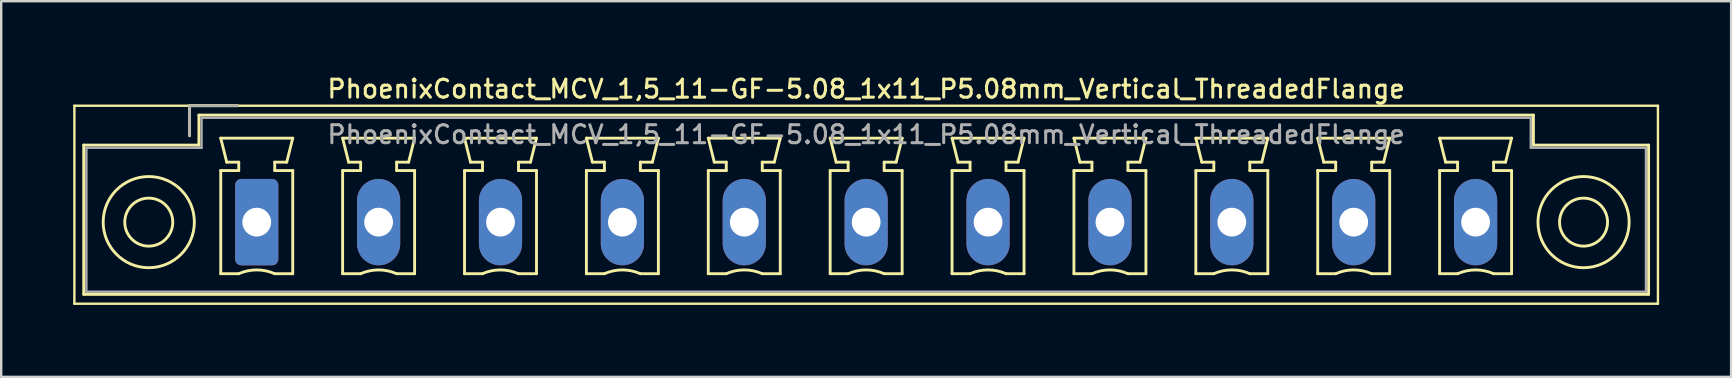
<source format=kicad_pcb>
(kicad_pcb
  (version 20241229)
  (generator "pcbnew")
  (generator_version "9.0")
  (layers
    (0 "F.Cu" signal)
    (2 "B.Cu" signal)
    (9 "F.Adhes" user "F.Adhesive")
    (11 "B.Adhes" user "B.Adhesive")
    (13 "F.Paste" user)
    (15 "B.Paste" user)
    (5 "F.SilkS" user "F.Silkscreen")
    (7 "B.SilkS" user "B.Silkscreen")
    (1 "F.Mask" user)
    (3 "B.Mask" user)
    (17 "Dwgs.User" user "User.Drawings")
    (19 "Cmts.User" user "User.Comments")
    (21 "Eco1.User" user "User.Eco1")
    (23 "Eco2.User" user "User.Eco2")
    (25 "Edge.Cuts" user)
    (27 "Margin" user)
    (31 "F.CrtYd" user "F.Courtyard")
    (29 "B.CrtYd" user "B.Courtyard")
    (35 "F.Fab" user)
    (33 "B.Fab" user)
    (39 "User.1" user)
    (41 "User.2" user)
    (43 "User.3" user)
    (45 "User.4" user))
  (footprint "PhoenixContact_MCV_1,5_11-GF-5.08_1x11_P5.08mm_Vertical_ThreadedFlange"
    (layer "F.Cu")
    (at 7.65 6.208)
    (property "Reference" "PhoenixContact_MCV_1,5_11-GF-5.08_1x11_P5.08mm_Vertical_ThreadedFlange" (at 25.4 -5.55 0) (layer "F.SilkS") (effects (font (size 0.75 0.75) (thickness 0.125))))
    (attr through_hole)
    (fp_line (start -7.6 -4.85) (end -7.6 3.4) (stroke (width 0.1) (type solid)) (layer "F.SilkS"))
    (fp_line (start -7.6 3.4) (end 58.4 3.4) (stroke (width 0.1) (type solid)) (layer "F.SilkS"))
    (fp_line (start -7.21 -3.21) (end -7.21 3.01) (stroke (width 0.12) (type solid)) (layer "F.SilkS"))
    (fp_line (start -7.21 3.01) (end 58.01 3.01) (stroke (width 0.12) (type solid)) (layer "F.SilkS"))
    (fp_line (start -2.8 -4.85) (end -0.8 -4.85) (stroke (width 0.12) (type solid)) (layer "F.SilkS"))
    (fp_line (start -2.8 -3.6) (end -2.8 -4.85) (stroke (width 0.12) (type solid)) (layer "F.SilkS"))
    (fp_line (start -2.41 -4.46) (end -2.41 -3.21) (stroke (width 0.12) (type solid)) (layer "F.SilkS"))
    (fp_line (start -2.41 -3.21) (end -7.21 -3.21) (stroke (width 0.12) (type solid)) (layer "F.SilkS"))
    (fp_line (start -1.5 -3.5) (end 1.5 -3.5) (stroke (width 0.12) (type solid)) (layer "F.SilkS"))
    (fp_line (start -1.5 -2.15) (end -0.75 -2.15) (stroke (width 0.12) (type solid)) (layer "F.SilkS"))
    (fp_line (start -1.5 2.15) (end -1.5 -2.15) (stroke (width 0.12) (type solid)) (layer "F.SilkS"))
    (fp_line (start -1.25 -2.5) (end -1.5 -3.5) (stroke (width 0.12) (type solid)) (layer "F.SilkS"))
    (fp_line (start -0.75 -2.5) (end -1.25 -2.5) (stroke (width 0.12) (type solid)) (layer "F.SilkS"))
    (fp_line (start -0.75 -2.15) (end -0.75 -2.5) (stroke (width 0.12) (type solid)) (layer "F.SilkS"))
    (fp_line (start -0.75 2.15) (end -1.5 2.15) (stroke (width 0.12) (type solid)) (layer "F.SilkS"))
    (fp_line (start 0.75 -2.5) (end 0.75 -2.15) (stroke (width 0.12) (type solid)) (layer "F.SilkS"))
    (fp_line (start 0.75 -2.15) (end 1.5 -2.15) (stroke (width 0.12) (type solid)) (layer "F.SilkS"))
    (fp_line (start 1.25 -2.5) (end 0.75 -2.5) (stroke (width 0.12) (type solid)) (layer "F.SilkS"))
    (fp_line (start 1.5 -3.5) (end 1.25 -2.5) (stroke (width 0.12) (type solid)) (layer "F.SilkS"))
    (fp_line (start 1.5 -2.15) (end 1.5 2.15) (stroke (width 0.12) (type solid)) (layer "F.SilkS"))
    (fp_line (start 1.5 2.15) (end 0.75 2.15) (stroke (width 0.12) (type solid)) (layer "F.SilkS"))
    (fp_line (start 3.58 -3.5) (end 6.58 -3.5) (stroke (width 0.12) (type solid)) (layer "F.SilkS"))
    (fp_line (start 3.58 -2.15) (end 4.33 -2.15) (stroke (width 0.12) (type solid)) (layer "F.SilkS"))
    (fp_line (start 3.58 2.15) (end 3.58 -2.15) (stroke (width 0.12) (type solid)) (layer "F.SilkS"))
    (fp_line (start 3.83 -2.5) (end 3.58 -3.5) (stroke (width 0.12) (type solid)) (layer "F.SilkS"))
    (fp_line (start 4.33 -2.5) (end 3.83 -2.5) (stroke (width 0.12) (type solid)) (layer "F.SilkS"))
    (fp_line (start 4.33 -2.15) (end 4.33 -2.5) (stroke (width 0.12) (type solid)) (layer "F.SilkS"))
    (fp_line (start 4.33 2.15) (end 3.58 2.15) (stroke (width 0.12) (type solid)) (layer "F.SilkS"))
    (fp_line (start 5.83 -2.5) (end 5.83 -2.15) (stroke (width 0.12) (type solid)) (layer "F.SilkS"))
    (fp_line (start 5.83 -2.15) (end 6.58 -2.15) (stroke (width 0.12) (type solid)) (layer "F.SilkS"))
    (fp_line (start 6.33 -2.5) (end 5.83 -2.5) (stroke (width 0.12) (type solid)) (layer "F.SilkS"))
    (fp_line (start 6.58 -3.5) (end 6.33 -2.5) (stroke (width 0.12) (type solid)) (layer "F.SilkS"))
    (fp_line (start 6.58 -2.15) (end 6.58 2.15) (stroke (width 0.12) (type solid)) (layer "F.SilkS"))
    (fp_line (start 6.58 2.15) (end 5.83 2.15) (stroke (width 0.12) (type solid)) (layer "F.SilkS"))
    (fp_line (start 8.66 -3.5) (end 11.66 -3.5) (stroke (width 0.12) (type solid)) (layer "F.SilkS"))
    (fp_line (start 8.66 -2.15) (end 9.41 -2.15) (stroke (width 0.12) (type solid)) (layer "F.SilkS"))
    (fp_line (start 8.66 2.15) (end 8.66 -2.15) (stroke (width 0.12) (type solid)) (layer "F.SilkS"))
    (fp_line (start 8.91 -2.5) (end 8.66 -3.5) (stroke (width 0.12) (type solid)) (layer "F.SilkS"))
    (fp_line (start 9.41 -2.5) (end 8.91 -2.5) (stroke (width 0.12) (type solid)) (layer "F.SilkS"))
    (fp_line (start 9.41 -2.15) (end 9.41 -2.5) (stroke (width 0.12) (type solid)) (layer "F.SilkS"))
    (fp_line (start 9.41 2.15) (end 8.66 2.15) (stroke (width 0.12) (type solid)) (layer "F.SilkS"))
    (fp_line (start 10.91 -2.5) (end 10.91 -2.15) (stroke (width 0.12) (type solid)) (layer "F.SilkS"))
    (fp_line (start 10.91 -2.15) (end 11.66 -2.15) (stroke (width 0.12) (type solid)) (layer "F.SilkS"))
    (fp_line (start 11.41 -2.5) (end 10.91 -2.5) (stroke (width 0.12) (type solid)) (layer "F.SilkS"))
    (fp_line (start 11.66 -3.5) (end 11.41 -2.5) (stroke (width 0.12) (type solid)) (layer "F.SilkS"))
    (fp_line (start 11.66 -2.15) (end 11.66 2.15) (stroke (width 0.12) (type solid)) (layer "F.SilkS"))
    (fp_line (start 11.66 2.15) (end 10.91 2.15) (stroke (width 0.12) (type solid)) (layer "F.SilkS"))
    (fp_line (start 13.74 -3.5) (end 16.74 -3.5) (stroke (width 0.12) (type solid)) (layer "F.SilkS"))
    (fp_line (start 13.74 -2.15) (end 14.49 -2.15) (stroke (width 0.12) (type solid)) (layer "F.SilkS"))
    (fp_line (start 13.74 2.15) (end 13.74 -2.15) (stroke (width 0.12) (type solid)) (layer "F.SilkS"))
    (fp_line (start 13.99 -2.5) (end 13.74 -3.5) (stroke (width 0.12) (type solid)) (layer "F.SilkS"))
    (fp_line (start 14.49 -2.5) (end 13.99 -2.5) (stroke (width 0.12) (type solid)) (layer "F.SilkS"))
    (fp_line (start 14.49 -2.15) (end 14.49 -2.5) (stroke (width 0.12) (type solid)) (layer "F.SilkS"))
    (fp_line (start 14.49 2.15) (end 13.74 2.15) (stroke (width 0.12) (type solid)) (layer "F.SilkS"))
    (fp_line (start 15.99 -2.5) (end 15.99 -2.15) (stroke (width 0.12) (type solid)) (layer "F.SilkS"))
    (fp_line (start 15.99 -2.15) (end 16.74 -2.15) (stroke (width 0.12) (type solid)) (layer "F.SilkS"))
    (fp_line (start 16.49 -2.5) (end 15.99 -2.5) (stroke (width 0.12) (type solid)) (layer "F.SilkS"))
    (fp_line (start 16.74 -3.5) (end 16.49 -2.5) (stroke (width 0.12) (type solid)) (layer "F.SilkS"))
    (fp_line (start 16.74 -2.15) (end 16.74 2.15) (stroke (width 0.12) (type solid)) (layer "F.SilkS"))
    (fp_line (start 16.74 2.15) (end 15.99 2.15) (stroke (width 0.12) (type solid)) (layer "F.SilkS"))
    (fp_line (start 18.82 -3.5) (end 21.82 -3.5) (stroke (width 0.12) (type solid)) (layer "F.SilkS"))
    (fp_line (start 18.82 -2.15) (end 19.57 -2.15) (stroke (width 0.12) (type solid)) (layer "F.SilkS"))
    (fp_line (start 18.82 2.15) (end 18.82 -2.15) (stroke (width 0.12) (type solid)) (layer "F.SilkS"))
    (fp_line (start 19.07 -2.5) (end 18.82 -3.5) (stroke (width 0.12) (type solid)) (layer "F.SilkS"))
    (fp_line (start 19.57 -2.5) (end 19.07 -2.5) (stroke (width 0.12) (type solid)) (layer "F.SilkS"))
    (fp_line (start 19.57 -2.15) (end 19.57 -2.5) (stroke (width 0.12) (type solid)) (layer "F.SilkS"))
    (fp_line (start 19.57 2.15) (end 18.82 2.15) (stroke (width 0.12) (type solid)) (layer "F.SilkS"))
    (fp_line (start 21.07 -2.5) (end 21.07 -2.15) (stroke (width 0.12) (type solid)) (layer "F.SilkS"))
    (fp_line (start 21.07 -2.15) (end 21.82 -2.15) (stroke (width 0.12) (type solid)) (layer "F.SilkS"))
    (fp_line (start 21.57 -2.5) (end 21.07 -2.5) (stroke (width 0.12) (type solid)) (layer "F.SilkS"))
    (fp_line (start 21.82 -3.5) (end 21.57 -2.5) (stroke (width 0.12) (type solid)) (layer "F.SilkS"))
    (fp_line (start 21.82 -2.15) (end 21.82 2.15) (stroke (width 0.12) (type solid)) (layer "F.SilkS"))
    (fp_line (start 21.82 2.15) (end 21.07 2.15) (stroke (width 0.12) (type solid)) (layer "F.SilkS"))
    (fp_line (start 23.9 -3.5) (end 26.9 -3.5) (stroke (width 0.12) (type solid)) (layer "F.SilkS"))
    (fp_line (start 23.9 -2.15) (end 24.65 -2.15) (stroke (width 0.12) (type solid)) (layer "F.SilkS"))
    (fp_line (start 23.9 2.15) (end 23.9 -2.15) (stroke (width 0.12) (type solid)) (layer "F.SilkS"))
    (fp_line (start 24.15 -2.5) (end 23.9 -3.5) (stroke (width 0.12) (type solid)) (layer "F.SilkS"))
    (fp_line (start 24.65 -2.5) (end 24.15 -2.5) (stroke (width 0.12) (type solid)) (layer "F.SilkS"))
    (fp_line (start 24.65 -2.15) (end 24.65 -2.5) (stroke (width 0.12) (type solid)) (layer "F.SilkS"))
    (fp_line (start 24.65 2.15) (end 23.9 2.15) (stroke (width 0.12) (type solid)) (layer "F.SilkS"))
    (fp_line (start 26.15 -2.5) (end 26.15 -2.15) (stroke (width 0.12) (type solid)) (layer "F.SilkS"))
    (fp_line (start 26.15 -2.15) (end 26.9 -2.15) (stroke (width 0.12) (type solid)) (layer "F.SilkS"))
    (fp_line (start 26.65 -2.5) (end 26.15 -2.5) (stroke (width 0.12) (type solid)) (layer "F.SilkS"))
    (fp_line (start 26.9 -3.5) (end 26.65 -2.5) (stroke (width 0.12) (type solid)) (layer "F.SilkS"))
    (fp_line (start 26.9 -2.15) (end 26.9 2.15) (stroke (width 0.12) (type solid)) (layer "F.SilkS"))
    (fp_line (start 26.9 2.15) (end 26.15 2.15) (stroke (width 0.12) (type solid)) (layer "F.SilkS"))
    (fp_line (start 28.98 -3.5) (end 31.98 -3.5) (stroke (width 0.12) (type solid)) (layer "F.SilkS"))
    (fp_line (start 28.98 -2.15) (end 29.73 -2.15) (stroke (width 0.12) (type solid)) (layer "F.SilkS"))
    (fp_line (start 28.98 2.15) (end 28.98 -2.15) (stroke (width 0.12) (type solid)) (layer "F.SilkS"))
    (fp_line (start 29.23 -2.5) (end 28.98 -3.5) (stroke (width 0.12) (type solid)) (layer "F.SilkS"))
    (fp_line (start 29.73 -2.5) (end 29.23 -2.5) (stroke (width 0.12) (type solid)) (layer "F.SilkS"))
    (fp_line (start 29.73 -2.15) (end 29.73 -2.5) (stroke (width 0.12) (type solid)) (layer "F.SilkS"))
    (fp_line (start 29.73 2.15) (end 28.98 2.15) (stroke (width 0.12) (type solid)) (layer "F.SilkS"))
    (fp_line (start 31.23 -2.5) (end 31.23 -2.15) (stroke (width 0.12) (type solid)) (layer "F.SilkS"))
    (fp_line (start 31.23 -2.15) (end 31.98 -2.15) (stroke (width 0.12) (type solid)) (layer "F.SilkS"))
    (fp_line (start 31.73 -2.5) (end 31.23 -2.5) (stroke (width 0.12) (type solid)) (layer "F.SilkS"))
    (fp_line (start 31.98 -3.5) (end 31.73 -2.5) (stroke (width 0.12) (type solid)) (layer "F.SilkS"))
    (fp_line (start 31.98 -2.15) (end 31.98 2.15) (stroke (width 0.12) (type solid)) (layer "F.SilkS"))
    (fp_line (start 31.98 2.15) (end 31.23 2.15) (stroke (width 0.12) (type solid)) (layer "F.SilkS"))
    (fp_line (start 34.06 -3.5) (end 37.06 -3.5) (stroke (width 0.12) (type solid)) (layer "F.SilkS"))
    (fp_line (start 34.06 -2.15) (end 34.81 -2.15) (stroke (width 0.12) (type solid)) (layer "F.SilkS"))
    (fp_line (start 34.06 2.15) (end 34.06 -2.15) (stroke (width 0.12) (type solid)) (layer "F.SilkS"))
    (fp_line (start 34.31 -2.5) (end 34.06 -3.5) (stroke (width 0.12) (type solid)) (layer "F.SilkS"))
    (fp_line (start 34.81 -2.5) (end 34.31 -2.5) (stroke (width 0.12) (type solid)) (layer "F.SilkS"))
    (fp_line (start 34.81 -2.15) (end 34.81 -2.5) (stroke (width 0.12) (type solid)) (layer "F.SilkS"))
    (fp_line (start 34.81 2.15) (end 34.06 2.15) (stroke (width 0.12) (type solid)) (layer "F.SilkS"))
    (fp_line (start 36.31 -2.5) (end 36.31 -2.15) (stroke (width 0.12) (type solid)) (layer "F.SilkS"))
    (fp_line (start 36.31 -2.15) (end 37.06 -2.15) (stroke (width 0.12) (type solid)) (layer "F.SilkS"))
    (fp_line (start 36.81 -2.5) (end 36.31 -2.5) (stroke (width 0.12) (type solid)) (layer "F.SilkS"))
    (fp_line (start 37.06 -3.5) (end 36.81 -2.5) (stroke (width 0.12) (type solid)) (layer "F.SilkS"))
    (fp_line (start 37.06 -2.15) (end 37.06 2.15) (stroke (width 0.12) (type solid)) (layer "F.SilkS"))
    (fp_line (start 37.06 2.15) (end 36.31 2.15) (stroke (width 0.12) (type solid)) (layer "F.SilkS"))
    (fp_line (start 39.14 -3.5) (end 42.14 -3.5) (stroke (width 0.12) (type solid)) (layer "F.SilkS"))
    (fp_line (start 39.14 -2.15) (end 39.89 -2.15) (stroke (width 0.12) (type solid)) (layer "F.SilkS"))
    (fp_line (start 39.14 2.15) (end 39.14 -2.15) (stroke (width 0.12) (type solid)) (layer "F.SilkS"))
    (fp_line (start 39.39 -2.5) (end 39.14 -3.5) (stroke (width 0.12) (type solid)) (layer "F.SilkS"))
    (fp_line (start 39.89 -2.5) (end 39.39 -2.5) (stroke (width 0.12) (type solid)) (layer "F.SilkS"))
    (fp_line (start 39.89 -2.15) (end 39.89 -2.5) (stroke (width 0.12) (type solid)) (layer "F.SilkS"))
    (fp_line (start 39.89 2.15) (end 39.14 2.15) (stroke (width 0.12) (type solid)) (layer "F.SilkS"))
    (fp_line (start 41.39 -2.5) (end 41.39 -2.15) (stroke (width 0.12) (type solid)) (layer "F.SilkS"))
    (fp_line (start 41.39 -2.15) (end 42.14 -2.15) (stroke (width 0.12) (type solid)) (layer "F.SilkS"))
    (fp_line (start 41.89 -2.5) (end 41.39 -2.5) (stroke (width 0.12) (type solid)) (layer "F.SilkS"))
    (fp_line (start 42.14 -3.5) (end 41.89 -2.5) (stroke (width 0.12) (type solid)) (layer "F.SilkS"))
    (fp_line (start 42.14 -2.15) (end 42.14 2.15) (stroke (width 0.12) (type solid)) (layer "F.SilkS"))
    (fp_line (start 42.14 2.15) (end 41.39 2.15) (stroke (width 0.12) (type solid)) (layer "F.SilkS"))
    (fp_line (start 44.22 -3.5) (end 47.22 -3.5) (stroke (width 0.12) (type solid)) (layer "F.SilkS"))
    (fp_line (start 44.22 -2.15) (end 44.97 -2.15) (stroke (width 0.12) (type solid)) (layer "F.SilkS"))
    (fp_line (start 44.22 2.15) (end 44.22 -2.15) (stroke (width 0.12) (type solid)) (layer "F.SilkS"))
    (fp_line (start 44.47 -2.5) (end 44.22 -3.5) (stroke (width 0.12) (type solid)) (layer "F.SilkS"))
    (fp_line (start 44.97 -2.5) (end 44.47 -2.5) (stroke (width 0.12) (type solid)) (layer "F.SilkS"))
    (fp_line (start 44.97 -2.15) (end 44.97 -2.5) (stroke (width 0.12) (type solid)) (layer "F.SilkS"))
    (fp_line (start 44.97 2.15) (end 44.22 2.15) (stroke (width 0.12) (type solid)) (layer "F.SilkS"))
    (fp_line (start 46.47 -2.5) (end 46.47 -2.15) (stroke (width 0.12) (type solid)) (layer "F.SilkS"))
    (fp_line (start 46.47 -2.15) (end 47.22 -2.15) (stroke (width 0.12) (type solid)) (layer "F.SilkS"))
    (fp_line (start 46.97 -2.5) (end 46.47 -2.5) (stroke (width 0.12) (type solid)) (layer "F.SilkS"))
    (fp_line (start 47.22 -3.5) (end 46.97 -2.5) (stroke (width 0.12) (type solid)) (layer "F.SilkS"))
    (fp_line (start 47.22 -2.15) (end 47.22 2.15) (stroke (width 0.12) (type solid)) (layer "F.SilkS"))
    (fp_line (start 47.22 2.15) (end 46.47 2.15) (stroke (width 0.12) (type solid)) (layer "F.SilkS"))
    (fp_line (start 49.3 -3.5) (end 52.3 -3.5) (stroke (width 0.12) (type solid)) (layer "F.SilkS"))
    (fp_line (start 49.3 -2.15) (end 50.05 -2.15) (stroke (width 0.12) (type solid)) (layer "F.SilkS"))
    (fp_line (start 49.3 2.15) (end 49.3 -2.15) (stroke (width 0.12) (type solid)) (layer "F.SilkS"))
    (fp_line (start 49.55 -2.5) (end 49.3 -3.5) (stroke (width 0.12) (type solid)) (layer "F.SilkS"))
    (fp_line (start 50.05 -2.5) (end 49.55 -2.5) (stroke (width 0.12) (type solid)) (layer "F.SilkS"))
    (fp_line (start 50.05 -2.15) (end 50.05 -2.5) (stroke (width 0.12) (type solid)) (layer "F.SilkS"))
    (fp_line (start 50.05 2.15) (end 49.3 2.15) (stroke (width 0.12) (type solid)) (layer "F.SilkS"))
    (fp_line (start 51.55 -2.5) (end 51.55 -2.15) (stroke (width 0.12) (type solid)) (layer "F.SilkS"))
    (fp_line (start 51.55 -2.15) (end 52.3 -2.15) (stroke (width 0.12) (type solid)) (layer "F.SilkS"))
    (fp_line (start 52.05 -2.5) (end 51.55 -2.5) (stroke (width 0.12) (type solid)) (layer "F.SilkS"))
    (fp_line (start 52.3 -3.5) (end 52.05 -2.5) (stroke (width 0.12) (type solid)) (layer "F.SilkS"))
    (fp_line (start 52.3 -2.15) (end 52.3 2.15) (stroke (width 0.12) (type solid)) (layer "F.SilkS"))
    (fp_line (start 52.3 2.15) (end 51.55 2.15) (stroke (width 0.12) (type solid)) (layer "F.SilkS"))
    (fp_line (start 53.21 -4.46) (end -2.41 -4.46) (stroke (width 0.12) (type solid)) (layer "F.SilkS"))
    (fp_line (start 53.21 -3.21) (end 53.21 -4.46) (stroke (width 0.12) (type solid)) (layer "F.SilkS"))
    (fp_line (start 58.01 -3.21) (end 53.21 -3.21) (stroke (width 0.12) (type solid)) (layer "F.SilkS"))
    (fp_line (start 58.01 3.01) (end 58.01 -3.21) (stroke (width 0.12) (type solid)) (layer "F.SilkS"))
    (fp_line (start 58.4 -4.85) (end -7.6 -4.85) (stroke (width 0.1) (type solid)) (layer "F.SilkS"))
    (fp_line (start 58.4 3.4) (end 58.4 -4.85) (stroke (width 0.1) (type solid)) (layer "F.SilkS"))
    (fp_arc (start -0.75 2.15) (mid -0.000193 1.99191) (end 0.749647 2.149844) (stroke (width 0.12) (type solid)) (layer "F.SilkS"))
    (fp_arc (start 4.33 2.15) (mid 5.079807 1.99191) (end 5.829647 2.149844) (stroke (width 0.12) (type solid)) (layer "F.SilkS"))
    (fp_arc (start 9.41 2.15) (mid 10.159807 1.99191) (end 10.909647 2.149844) (stroke (width 0.12) (type solid)) (layer "F.SilkS"))
    (fp_arc (start 14.49 2.15) (mid 15.239807 1.99191) (end 15.989647 2.149844) (stroke (width 0.12) (type solid)) (layer "F.SilkS"))
    (fp_arc (start 19.57 2.15) (mid 20.319807 1.99191) (end 21.069647 2.149844) (stroke (width 0.12) (type solid)) (layer "F.SilkS"))
    (fp_arc (start 24.65 2.15) (mid 25.399807 1.99191) (end 26.149647 2.149844) (stroke (width 0.12) (type solid)) (layer "F.SilkS"))
    (fp_arc (start 29.73 2.15) (mid 30.479807 1.99191) (end 31.229647 2.149844) (stroke (width 0.12) (type solid)) (layer "F.SilkS"))
    (fp_arc (start 34.81 2.15) (mid 35.559807 1.99191) (end 36.309647 2.149844) (stroke (width 0.12) (type solid)) (layer "F.SilkS"))
    (fp_arc (start 39.89 2.15) (mid 40.639807 1.99191) (end 41.389647 2.149844) (stroke (width 0.12) (type solid)) (layer "F.SilkS"))
    (fp_arc (start 44.97 2.15) (mid 45.719807 1.99191) (end 46.469647 2.149844) (stroke (width 0.12) (type solid)) (layer "F.SilkS"))
    (fp_arc (start 50.05 2.15) (mid 50.799807 1.99191) (end 51.549647 2.149844) (stroke (width 0.12) (type solid)) (layer "F.SilkS"))
    (fp_circle (center -4.5 0) (end -3.5 0) (stroke (width 0.12) (type solid)) (fill no) (layer "F.SilkS"))
    (fp_circle (center -4.5 0) (end -2.6 0) (stroke (width 0.12) (type solid)) (fill no) (layer "F.SilkS"))
    (fp_circle (center 55.3 0) (end 56.3 0) (stroke (width 0.12) (type solid)) (fill no) (layer "F.SilkS"))
    (fp_circle (center 55.3 0) (end 57.2 0) (stroke (width 0.12) (type solid)) (fill no) (layer "F.SilkS"))
    (fp_line (start -7.1 -3.1) (end -7.1 2.9) (stroke (width 0.1) (type solid)) (layer "F.Fab"))
    (fp_line (start -7.1 2.9) (end 57.9 2.9) (stroke (width 0.1) (type solid)) (layer "F.Fab"))
    (fp_line (start -2.8 -4.85) (end -0.8 -4.85) (stroke (width 0.1) (type solid)) (layer "F.Fab"))
    (fp_line (start -2.8 -3.6) (end -2.8 -4.85) (stroke (width 0.1) (type solid)) (layer "F.Fab"))
    (fp_line (start -2.3 -4.35) (end -2.3 -3.1) (stroke (width 0.1) (type solid)) (layer "F.Fab"))
    (fp_line (start -2.3 -3.1) (end -7.1 -3.1) (stroke (width 0.1) (type solid)) (layer "F.Fab"))
    (fp_line (start 53.1 -4.35) (end -2.3 -4.35) (stroke (width 0.1) (type solid)) (layer "F.Fab"))
    (fp_line (start 53.1 -3.1) (end 53.1 -4.35) (stroke (width 0.1) (type solid)) (layer "F.Fab"))
    (fp_line (start 57.9 -3.1) (end 53.1 -3.1) (stroke (width 0.1) (type solid)) (layer "F.Fab"))
    (fp_line (start 57.9 2.9) (end 57.9 -3.1) (stroke (width 0.1) (type solid)) (layer "F.Fab"))
    (fp_text user "${REFERENCE}" (at 25.4 -3.65 0) (layer "F.Fab") (effects (font (size 0.75 0.75) (thickness 0.125))))
    (pad "1" thru_hole roundrect (at 0 0) (size 1.8 3.6) (drill 1.2) (layers "*.Cu" "*.Mask") (roundrect_rratio 0.139))
    (pad "2" thru_hole oval (at 5.08 0) (size 1.8 3.6) (drill 1.2) (layers "*.Cu" "*.Mask"))
    (pad "3" thru_hole oval (at 10.16 0) (size 1.8 3.6) (drill 1.2) (layers "*.Cu" "*.Mask"))
    (pad "4" thru_hole oval (at 15.24 0) (size 1.8 3.6) (drill 1.2) (layers "*.Cu" "*.Mask"))
    (pad "5" thru_hole oval (at 20.32 0) (size 1.8 3.6) (drill 1.2) (layers "*.Cu" "*.Mask"))
    (pad "6" thru_hole oval (at 25.4 0) (size 1.8 3.6) (drill 1.2) (layers "*.Cu" "*.Mask"))
    (pad "7" thru_hole oval (at 30.48 0) (size 1.8 3.6) (drill 1.2) (layers "*.Cu" "*.Mask"))
    (pad "8" thru_hole oval (at 35.56 0) (size 1.8 3.6) (drill 1.2) (layers "*.Cu" "*.Mask"))
    (pad "9" thru_hole oval (at 40.64 0) (size 1.8 3.6) (drill 1.2) (layers "*.Cu" "*.Mask"))
    (pad "10" thru_hole oval (at 45.72 0) (size 1.8 3.6) (drill 1.2) (layers "*.Cu" "*.Mask"))
    (pad "11" thru_hole oval (at 50.8 0) (size 1.8 3.6) (drill 1.2) (layers "*.Cu" "*.Mask")))
  (gr_rect
    (start -3 -3)
    (end 69.1 12.658)
    (stroke (width 0.1) (type default))
    (fill no)
    (layer "Edge.Cuts")))
</source>
